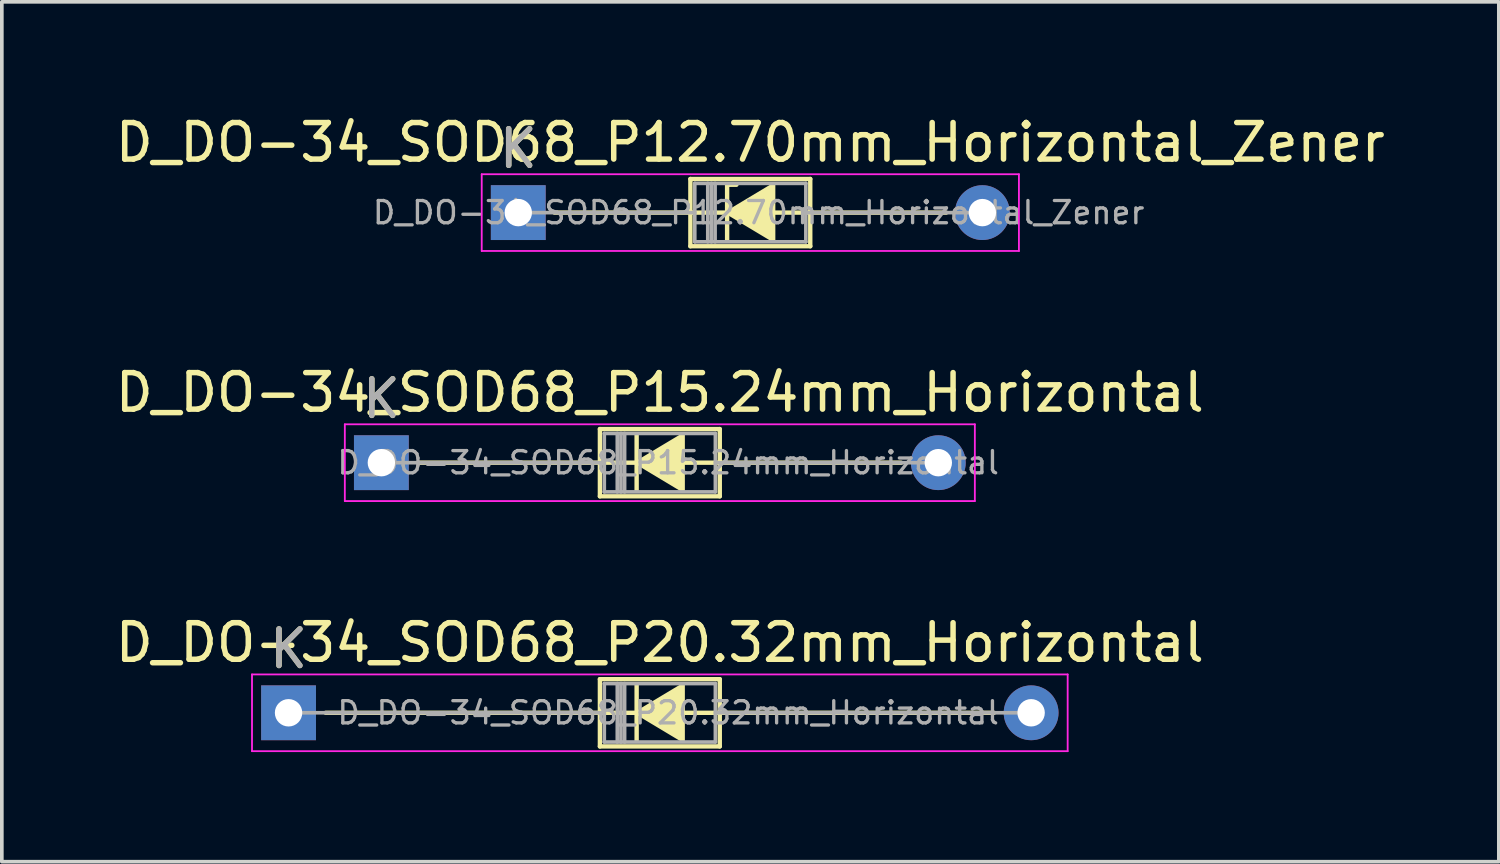
<source format=kicad_pcb>
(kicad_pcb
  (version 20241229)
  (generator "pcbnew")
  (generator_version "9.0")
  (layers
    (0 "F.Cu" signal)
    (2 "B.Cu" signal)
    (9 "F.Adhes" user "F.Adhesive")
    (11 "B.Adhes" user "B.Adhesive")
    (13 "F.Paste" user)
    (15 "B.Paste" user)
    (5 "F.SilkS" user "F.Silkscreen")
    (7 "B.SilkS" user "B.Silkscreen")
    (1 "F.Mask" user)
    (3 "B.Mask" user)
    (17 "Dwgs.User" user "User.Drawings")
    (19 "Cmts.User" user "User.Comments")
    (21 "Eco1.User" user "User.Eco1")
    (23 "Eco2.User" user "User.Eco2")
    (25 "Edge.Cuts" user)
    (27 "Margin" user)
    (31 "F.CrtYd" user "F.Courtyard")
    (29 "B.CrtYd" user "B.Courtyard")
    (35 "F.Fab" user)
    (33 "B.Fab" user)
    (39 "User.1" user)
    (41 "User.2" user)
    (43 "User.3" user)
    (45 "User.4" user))
  (footprint "D_DO-34_SOD68_P15.24mm_Horizontal"
    (layer "F.Cu")
    (at 7.386 9.611)
    (property "Reference" "D_DO-34_SOD68_P15.24mm_Horizontal" (at 7.62 -1.92 0) (layer "F.SilkS") (effects (font (size 1 1) (thickness 0.15))))
    (attr through_hole)
    (fp_line (start 1.016 0) (end 5.98 0) (stroke (width 0.12) (type solid)) (layer "F.SilkS"))
    (fp_line (start 5.98 -0.92) (end 5.98 0.92) (stroke (width 0.12) (type solid)) (layer "F.SilkS"))
    (fp_line (start 5.98 0.92) (end 9.26 0.92) (stroke (width 0.12) (type solid)) (layer "F.SilkS"))
    (fp_line (start 6.985 -0.762) (end 6.985 0.762) (stroke (width 0.12) (type solid)) (layer "F.SilkS"))
    (fp_line (start 7.07 0) (end 5.969 0) (stroke (width 0.12) (type solid)) (layer "F.SilkS"))
    (fp_line (start 8.255 0) (end 9.271 0) (stroke (width 0.12) (type solid)) (layer "F.SilkS"))
    (fp_line (start 9.26 -0.92) (end 5.98 -0.92) (stroke (width 0.12) (type solid)) (layer "F.SilkS"))
    (fp_line (start 9.26 0.92) (end 9.26 -0.92) (stroke (width 0.12) (type solid)) (layer "F.SilkS"))
    (fp_line (start 14.224 0) (end 9.26 0) (stroke (width 0.12) (type solid)) (layer "F.SilkS"))
    (fp_poly (pts (xy 8.255 0.762) (xy 6.985 0) (xy 8.255 -0.762)) (stroke (width 0.1) (type solid)) (fill yes) (layer "F.SilkS"))
    (fp_line (start -1 -1.05) (end -1 1.05) (stroke (width 0.05) (type solid)) (layer "F.CrtYd"))
    (fp_line (start -1 1.05) (end 16.24 1.05) (stroke (width 0.05) (type solid)) (layer "F.CrtYd"))
    (fp_line (start 16.24 -1.05) (end -1 -1.05) (stroke (width 0.05) (type solid)) (layer "F.CrtYd"))
    (fp_line (start 16.24 1.05) (end 16.24 -1.05) (stroke (width 0.05) (type solid)) (layer "F.CrtYd"))
    (fp_line (start 0 0) (end 6.1 0) (stroke (width 0.1) (type solid)) (layer "F.Fab"))
    (fp_line (start 6.1 -0.8) (end 6.1 0.8) (stroke (width 0.1) (type solid)) (layer "F.Fab"))
    (fp_line (start 6.1 0.8) (end 9.14 0.8) (stroke (width 0.1) (type solid)) (layer "F.Fab"))
    (fp_line (start 6.456 -0.8) (end 6.456 0.8) (stroke (width 0.1) (type solid)) (layer "F.Fab"))
    (fp_line (start 6.556 -0.8) (end 6.556 0.8) (stroke (width 0.1) (type solid)) (layer "F.Fab"))
    (fp_line (start 6.656 -0.8) (end 6.656 0.8) (stroke (width 0.1) (type solid)) (layer "F.Fab"))
    (fp_line (start 9.14 -0.8) (end 6.1 -0.8) (stroke (width 0.1) (type solid)) (layer "F.Fab"))
    (fp_line (start 9.14 0.8) (end 9.14 -0.8) (stroke (width 0.1) (type solid)) (layer "F.Fab"))
    (fp_line (start 15.24 0) (end 9.14 0) (stroke (width 0.1) (type solid)) (layer "F.Fab"))
    (fp_text user "K" (at 0 -1.75 0) (layer "F.SilkS") (effects (font (size 1 1) (thickness 0.15))))
    (fp_text user "${REFERENCE}" (at 7.848 0 0) (layer "F.Fab") (effects (font (size 0.608 0.608) (thickness 0.091))))
    (fp_text user "K" (at 0 -1.75 0) (layer "F.Fab") (effects (font (size 1 1) (thickness 0.15))))
    (pad "1" thru_hole rect (at 0 0) (size 1.5 1.5) (drill 0.75) (layers "*.Cu" "*.Mask"))
    (pad "2" thru_hole oval (at 15.24 0) (size 1.5 1.5) (drill 0.75) (layers "*.Cu" "*.Mask")))
  (footprint "D_DO-34_SOD68_P12.70mm_Horizontal_Zener"
    (layer "F.Cu")
    (at 11.132 2.768)
    (property "Reference" "D_DO-34_SOD68_P12.70mm_Horizontal_Zener" (at 6.35 -1.92 0) (layer "F.SilkS") (effects (font (size 1 1) (thickness 0.15))))
    (attr through_hole)
    (fp_line (start 0.99 0) (end 4.71 0) (stroke (width 0.12) (type solid)) (layer "F.SilkS"))
    (fp_line (start 4.71 -0.92) (end 4.71 0.92) (stroke (width 0.12) (type solid)) (layer "F.SilkS"))
    (fp_line (start 4.71 0.92) (end 7.99 0.92) (stroke (width 0.12) (type solid)) (layer "F.SilkS"))
    (fp_line (start 5.715 -0.762) (end 5.715 0.762) (stroke (width 0.12) (type solid)) (layer "F.SilkS"))
    (fp_line (start 5.715 -0.762) (end 5.969 -0.762) (stroke (width 0.12) (type solid)) (layer "F.SilkS"))
    (fp_line (start 5.8 0) (end 4.71 0) (stroke (width 0.12) (type solid)) (layer "F.SilkS"))
    (fp_line (start 6.985 0) (end 7.99 0) (stroke (width 0.12) (type solid)) (layer "F.SilkS"))
    (fp_line (start 7.99 -0.92) (end 4.71 -0.92) (stroke (width 0.12) (type solid)) (layer "F.SilkS"))
    (fp_line (start 7.99 0.92) (end 7.99 -0.92) (stroke (width 0.12) (type solid)) (layer "F.SilkS"))
    (fp_line (start 11.71 0) (end 7.99 0) (stroke (width 0.12) (type solid)) (layer "F.SilkS"))
    (fp_poly (pts (xy 6.985 0.762) (xy 5.715 0) (xy 6.985 -0.762)) (stroke (width 0.1) (type solid)) (fill yes) (layer "F.SilkS"))
    (fp_line (start -1 -1.05) (end -1 1.05) (stroke (width 0.05) (type solid)) (layer "F.CrtYd"))
    (fp_line (start -1 1.05) (end 13.7 1.05) (stroke (width 0.05) (type solid)) (layer "F.CrtYd"))
    (fp_line (start 13.7 -1.05) (end -1 -1.05) (stroke (width 0.05) (type solid)) (layer "F.CrtYd"))
    (fp_line (start 13.7 1.05) (end 13.7 -1.05) (stroke (width 0.05) (type solid)) (layer "F.CrtYd"))
    (fp_line (start 0 0) (end 4.83 0) (stroke (width 0.1) (type solid)) (layer "F.Fab"))
    (fp_line (start 4.83 -0.8) (end 4.83 0.8) (stroke (width 0.1) (type solid)) (layer "F.Fab"))
    (fp_line (start 4.83 0.8) (end 7.87 0.8) (stroke (width 0.1) (type solid)) (layer "F.Fab"))
    (fp_line (start 5.186 -0.8) (end 5.186 0.8) (stroke (width 0.1) (type solid)) (layer "F.Fab"))
    (fp_line (start 5.286 -0.8) (end 5.286 0.8) (stroke (width 0.1) (type solid)) (layer "F.Fab"))
    (fp_line (start 5.386 -0.8) (end 5.386 0.8) (stroke (width 0.1) (type solid)) (layer "F.Fab"))
    (fp_line (start 7.87 -0.8) (end 4.83 -0.8) (stroke (width 0.1) (type solid)) (layer "F.Fab"))
    (fp_line (start 7.87 0.8) (end 7.87 -0.8) (stroke (width 0.1) (type solid)) (layer "F.Fab"))
    (fp_line (start 12.7 0) (end 7.87 0) (stroke (width 0.1) (type solid)) (layer "F.Fab"))
    (fp_text user "K" (at 0 -1.75 0) (layer "F.SilkS") (effects (font (size 1 1) (thickness 0.15))))
    (fp_text user "K" (at 0 -1.75 0) (layer "F.Fab") (effects (font (size 1 1) (thickness 0.15))))
    (fp_text user "${REFERENCE}" (at 6.578 0 0) (layer "F.Fab") (effects (font (size 0.608 0.608) (thickness 0.091))))
    (pad "1" thru_hole rect (at 0 0) (size 1.5 1.5) (drill 0.75) (layers "*.Cu" "*.Mask"))
    (pad "2" thru_hole oval (at 12.7 0) (size 1.5 1.5) (drill 0.75) (layers "*.Cu" "*.Mask")))
  (footprint "D_DO-34_SOD68_P20.32mm_Horizontal"
    (layer "F.Cu")
    (at 4.846 16.455)
    (property "Reference" "D_DO-34_SOD68_P20.32mm_Horizontal" (at 10.16 -1.92 0) (layer "F.SilkS") (effects (font (size 1 1) (thickness 0.15))))
    (attr through_hole)
    (fp_line (start 1.016 0) (end 8.52 0) (stroke (width 0.12) (type solid)) (layer "F.SilkS"))
    (fp_line (start 8.52 -0.92) (end 8.52 0.92) (stroke (width 0.12) (type solid)) (layer "F.SilkS"))
    (fp_line (start 8.52 0.92) (end 11.8 0.92) (stroke (width 0.12) (type solid)) (layer "F.SilkS"))
    (fp_line (start 9.525 -0.762) (end 9.525 0.762) (stroke (width 0.12) (type solid)) (layer "F.SilkS"))
    (fp_line (start 9.61 0) (end 8.509 0) (stroke (width 0.12) (type solid)) (layer "F.SilkS"))
    (fp_line (start 10.795 0) (end 11.811 0) (stroke (width 0.12) (type solid)) (layer "F.SilkS"))
    (fp_line (start 11.8 -0.92) (end 8.52 -0.92) (stroke (width 0.12) (type solid)) (layer "F.SilkS"))
    (fp_line (start 11.8 0.92) (end 11.8 -0.92) (stroke (width 0.12) (type solid)) (layer "F.SilkS"))
    (fp_line (start 19.304 0) (end 11.8 0) (stroke (width 0.12) (type solid)) (layer "F.SilkS"))
    (fp_poly (pts (xy 10.795 0.762) (xy 9.525 0) (xy 10.795 -0.762)) (stroke (width 0.1) (type solid)) (fill yes) (layer "F.SilkS"))
    (fp_line (start -1 -1.05) (end -1 1.05) (stroke (width 0.05) (type solid)) (layer "F.CrtYd"))
    (fp_line (start -1 1.05) (end 21.32 1.05) (stroke (width 0.05) (type solid)) (layer "F.CrtYd"))
    (fp_line (start 21.32 -1.05) (end -1 -1.05) (stroke (width 0.05) (type solid)) (layer "F.CrtYd"))
    (fp_line (start 21.32 1.05) (end 21.32 -1.05) (stroke (width 0.05) (type solid)) (layer "F.CrtYd"))
    (fp_line (start 0 0) (end 8.64 0) (stroke (width 0.1) (type solid)) (layer "F.Fab"))
    (fp_line (start 8.64 -0.8) (end 8.64 0.8) (stroke (width 0.1) (type solid)) (layer "F.Fab"))
    (fp_line (start 8.64 0.8) (end 11.68 0.8) (stroke (width 0.1) (type solid)) (layer "F.Fab"))
    (fp_line (start 8.996 -0.8) (end 8.996 0.8) (stroke (width 0.1) (type solid)) (layer "F.Fab"))
    (fp_line (start 9.096 -0.8) (end 9.096 0.8) (stroke (width 0.1) (type solid)) (layer "F.Fab"))
    (fp_line (start 9.196 -0.8) (end 9.196 0.8) (stroke (width 0.1) (type solid)) (layer "F.Fab"))
    (fp_line (start 11.68 -0.8) (end 8.64 -0.8) (stroke (width 0.1) (type solid)) (layer "F.Fab"))
    (fp_line (start 11.68 0.8) (end 11.68 -0.8) (stroke (width 0.1) (type solid)) (layer "F.Fab"))
    (fp_line (start 20.32 0) (end 11.68 0) (stroke (width 0.1) (type solid)) (layer "F.Fab"))
    (fp_text user "K" (at 0 -1.75 0) (layer "F.SilkS") (effects (font (size 1 1) (thickness 0.15))))
    (fp_text user "${REFERENCE}" (at 10.388 0 0) (layer "F.Fab") (effects (font (size 0.608 0.608) (thickness 0.091))))
    (fp_text user "K" (at 0 -1.75 0) (layer "F.Fab") (effects (font (size 1 1) (thickness 0.15))))
    (pad "1" thru_hole rect (at 0 0) (size 1.5 1.5) (drill 0.75) (layers "*.Cu" "*.Mask"))
    (pad "2" thru_hole oval (at 20.32 0) (size 1.5 1.5) (drill 0.75) (layers "*.Cu" "*.Mask")))
  (gr_rect
    (start -3 -3)
    (end 37.964 20.53)
    (stroke (width 0.1) (type default))
    (fill no)
    (layer "Edge.Cuts")))
</source>
